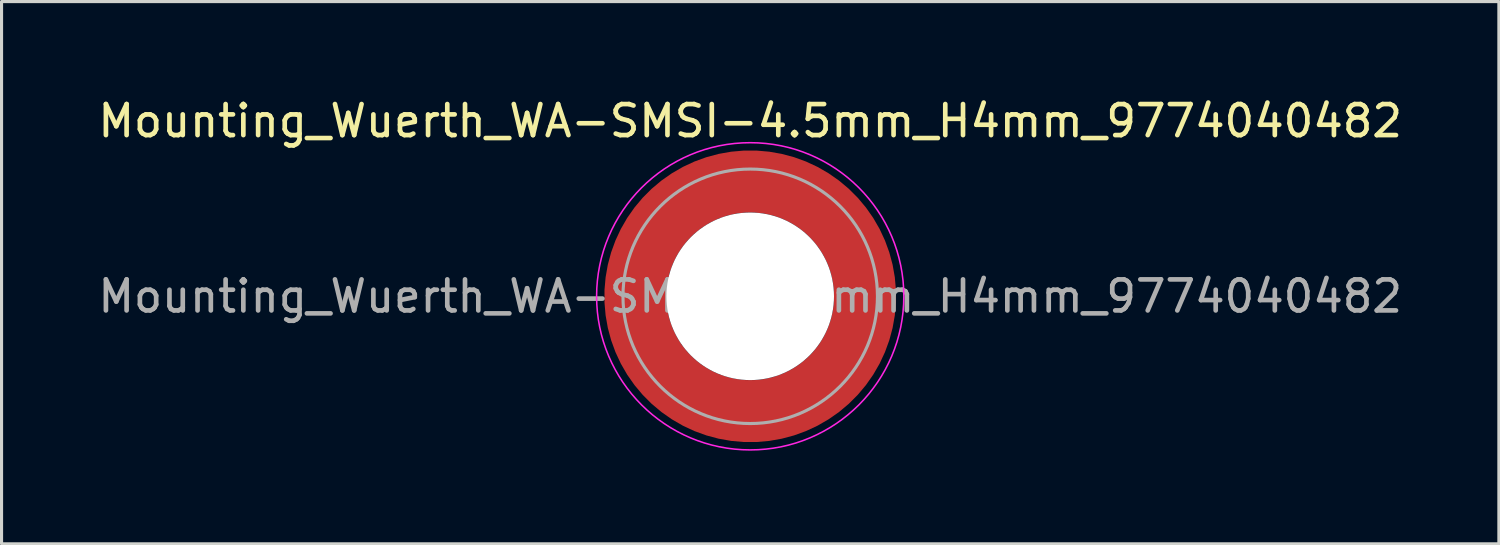
<source format=kicad_pcb>
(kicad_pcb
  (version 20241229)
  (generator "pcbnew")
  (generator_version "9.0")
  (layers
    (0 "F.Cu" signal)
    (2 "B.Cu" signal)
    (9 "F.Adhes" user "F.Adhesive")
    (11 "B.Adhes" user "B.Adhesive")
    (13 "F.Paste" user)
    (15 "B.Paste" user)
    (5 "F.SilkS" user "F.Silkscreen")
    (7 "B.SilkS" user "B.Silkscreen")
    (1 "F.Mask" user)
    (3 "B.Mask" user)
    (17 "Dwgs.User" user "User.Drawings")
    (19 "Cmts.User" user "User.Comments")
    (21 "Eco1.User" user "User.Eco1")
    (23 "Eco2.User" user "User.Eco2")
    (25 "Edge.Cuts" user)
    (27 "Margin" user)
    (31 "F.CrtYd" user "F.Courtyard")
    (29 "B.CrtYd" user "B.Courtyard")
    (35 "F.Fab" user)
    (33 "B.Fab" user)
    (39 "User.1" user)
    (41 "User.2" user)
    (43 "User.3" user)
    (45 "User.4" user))
  (footprint "Mounting_Wuerth_WA-SMSI-4.5mm_H4mm_9774040482"
    (layer "F.Cu")
    (at 21.125 6.498)
    (property "Reference" "Mounting_Wuerth_WA-SMSI-4.5mm_H4mm_9774040482" (at 0 -5.65 0) (layer "F.SilkS") (effects (font (size 1 1) (thickness 0.15))))
    (attr smd)
    (fp_circle (center 0 0) (end 4.95 0) (stroke (width 0.05) (type solid)) (fill no) (layer "F.CrtYd"))
    (fp_circle (center 0 0) (end 4.1 0) (stroke (width 0.1) (type solid)) (fill no) (layer "F.Fab"))
    (fp_text user "${REFERENCE}" (at 0 0 0) (layer "F.Fab") (effects (font (size 1 1) (thickness 0.15))))
    (pad "" smd custom (at -2.607 -2.607) (size 1.495 1.495) (layers "F.Paste") (options (anchor circle)) (primitives (gr_arc (start -0.188183 2.107456) (mid 0.598928 0.599619) (end 2.106494 -0.188011) (width 0.2)) (gr_arc (start -0.289416 2.107456) (mid 0.528508 0.529033) (end 2.106724 -0.28929) (width 0.2)) (gr_arc (start -0.390547 2.107456) (mid 0.457087 0.459449) (end 2.104161 -0.389996) (width 0.2)) (gr_arc (start -0.491585 2.107456) (mid 0.386415 0.389116) (end 2.103685 -0.490974) (width 0.2)) (gr_arc (start -0.59254 2.107456) (mid 0.31649 0.318035) (end 2.105297 -0.592203) (width 0.2)) (gr_arc (start -0.693419 2.107456) (mid 0.245252 0.248268) (end 2.103239 -0.692777) (width 0.2)) (gr_arc (start -0.794229 2.107456) (mid 0.174636 0.177878) (end 2.102921 -0.793558) (width 0.2)) (gr_arc (start -0.894975 2.107456) (mid 0.104643 0.106867) (end 2.104343 -0.894528) (width 0.2)) (gr_arc (start -0.995664 2.107456) (mid 0.033026 0.037479) (end 2.101219 -0.994793) (width 0.2)) (gr_arc (start -1.0963 2.107456) (mid -0.035789 -0.034713) (end 2.105949 -1.096095) (width 0.2)) (gr_arc (start -1.196886 2.107456) (mid -0.106351 -0.105158) (end 2.105783 -1.196667) (width 0.2)) (gr_arc (start -1.297427 2.107456) (mid -0.176416 -0.176097) (end 2.107009 -1.29737) (width 0.2)) (gr_arc (start -1.397927 2.107456) (mid -0.248476 -0.245042) (end 2.102638 -1.397323) (width 0.2)) (gr_arc (start -1.498388 2.107456) (mid -0.317612 -0.316913) (end 2.106475 -1.498268) (width 0.2)) (gr_arc (start -1.598813 2.107456) (mid -0.388865 -0.386665) (end 2.104366 -1.598444) (width 0.2)) (gr_arc (start -1.699204 2.107456) (mid -0.459747 -0.456787) (end 2.103299 -1.698719) (width 0.2)) (gr_arc (start -1.799565 2.107456) (mid -0.530257 -0.527283) (end 2.103277 -1.799089) (width 0.2)) (gr_arc (start -1.899896 2.107456) (mid -0.600396 -0.59815) (end 2.104299 -1.899545) (width 0.2)) (gr_arc (start -1.899896 2.107456) (mid -0.600396 -0.59815) (end 2.104299 -1.899545) (width 0.2)) (gr_line (start 2.107 -0.188) (end 2.107 -1.9) (width 0.2)) (gr_line (start -0.188 2.107) (end -1.9 2.107) (width 0.2))))
    (pad "" smd custom (at -2.607 2.607) (size 1.495 1.495) (layers "F.Paste") (options (anchor circle)) (primitives (gr_arc (start 2.107456 0.188183) (mid 0.599619 -0.598928) (end -0.188011 -2.106494) (width 0.2)) (gr_arc (start 2.107456 0.289416) (mid 0.529033 -0.528508) (end -0.28929 -2.106724) (width 0.2)) (gr_arc (start 2.107456 0.390547) (mid 0.45945 -0.457087) (end -0.389996 -2.104161) (width 0.2)) (gr_arc (start 2.107456 0.491585) (mid 0.389116 -0.386415) (end -0.490974 -2.103685) (width 0.2)) (gr_arc (start 2.107456 0.59254) (mid 0.318035 -0.31649) (end -0.592203 -2.105297) (width 0.2)) (gr_arc (start 2.107456 0.693419) (mid 0.248268 -0.245252) (end -0.692777 -2.103239) (width 0.2)) (gr_arc (start 2.107456 0.794229) (mid 0.177878 -0.174636) (end -0.793558 -2.102921) (width 0.2)) (gr_arc (start 2.107456 0.894975) (mid 0.106867 -0.104643) (end -0.894528 -2.104343) (width 0.2)) (gr_arc (start 2.107456 0.995664) (mid 0.037479 -0.033026) (end -0.994793 -2.101219) (width 0.2)) (gr_arc (start 2.107456 1.0963) (mid -0.034713 0.035789) (end -1.096095 -2.105949) (width 0.2)) (gr_arc (start 2.107456 1.196886) (mid -0.105158 0.106351) (end -1.196667 -2.105783) (width 0.2)) (gr_arc (start 2.107456 1.297427) (mid -0.176097 0.176416) (end -1.29737 -2.107009) (width 0.2)) (gr_arc (start 2.107456 1.397927) (mid -0.245042 0.248476) (end -1.397323 -2.102638) (width 0.2)) (gr_arc (start 2.107456 1.498388) (mid -0.316913 0.317612) (end -1.498268 -2.106475) (width 0.2)) (gr_arc (start 2.107456 1.598813) (mid -0.386665 0.388865) (end -1.598444 -2.104366) (width 0.2)) (gr_arc (start 2.107456 1.699204) (mid -0.456787 0.459747) (end -1.698719 -2.103299) (width 0.2)) (gr_arc (start 2.107456 1.799565) (mid -0.527283 0.530257) (end -1.799089 -2.103277) (width 0.2)) (gr_arc (start 2.107456 1.899896) (mid -0.59815 0.600396) (end -1.899545 -2.104299) (width 0.2)) (gr_arc (start 2.107456 1.899896) (mid -0.59815 0.600396) (end -1.899545 -2.104299) (width 0.2)) (gr_line (start -0.188 -2.107) (end -1.9 -2.107) (width 0.2)) (gr_line (start 2.107 0.188) (end 2.107 1.9) (width 0.2))))
    (pad "" np_thru_hole circle (at 0 0) (size 5.4 5.4) (drill 5.4) (layers "*.Cu" "*.Mask"))
    (pad "" smd custom (at 2.607 -2.607) (size 1.495 1.495) (layers "F.Paste") (options (anchor circle)) (primitives (gr_arc (start -2.107456 -0.188183) (mid -0.599619 0.598928) (end 0.188011 2.106494) (width 0.2)) (gr_arc (start -2.107456 -0.289416) (mid -0.529033 0.528508) (end 0.28929 2.106724) (width 0.2)) (gr_arc (start -2.107456 -0.390547) (mid -0.459449 0.457087) (end 0.389996 2.104161) (width 0.2)) (gr_arc (start -2.107456 -0.491585) (mid -0.389116 0.386415) (end 0.490974 2.103685) (width 0.2)) (gr_arc (start -2.107456 -0.59254) (mid -0.318035 0.31649) (end 0.592203 2.105297) (width 0.2)) (gr_arc (start -2.107456 -0.693419) (mid -0.248268 0.245252) (end 0.692777 2.103239) (width 0.2)) (gr_arc (start -2.107456 -0.794229) (mid -0.177878 0.174636) (end 0.793558 2.102921) (width 0.2)) (gr_arc (start -2.107456 -0.894975) (mid -0.106867 0.104643) (end 0.894528 2.104343) (width 0.2)) (gr_arc (start -2.107456 -0.995664) (mid -0.037479 0.033026) (end 0.994793 2.101219) (width 0.2)) (gr_arc (start -2.107456 -1.0963) (mid 0.034713 -0.035789) (end 1.096095 2.105949) (width 0.2)) (gr_arc (start -2.107456 -1.196886) (mid 0.105158 -0.106351) (end 1.196667 2.105783) (width 0.2)) (gr_arc (start -2.107456 -1.297427) (mid 0.176097 -0.176416) (end 1.29737 2.107009) (width 0.2)) (gr_arc (start -2.107456 -1.397927) (mid 0.245042 -0.248476) (end 1.397323 2.102638) (width 0.2)) (gr_arc (start -2.107456 -1.498388) (mid 0.316913 -0.317612) (end 1.498268 2.106475) (width 0.2)) (gr_arc (start -2.107456 -1.598813) (mid 0.386665 -0.388865) (end 1.598444 2.104366) (width 0.2)) (gr_arc (start -2.107456 -1.699204) (mid 0.456787 -0.459747) (end 1.698719 2.103299) (width 0.2)) (gr_arc (start -2.107456 -1.799565) (mid 0.527283 -0.530257) (end 1.799089 2.103277) (width 0.2)) (gr_arc (start -2.107456 -1.899896) (mid 0.59815 -0.600396) (end 1.899545 2.104299) (width 0.2)) (gr_arc (start -2.107456 -1.899896) (mid 0.59815 -0.600396) (end 1.899545 2.104299) (width 0.2)) (gr_line (start 0.188 2.107) (end 1.9 2.107) (width 0.2)) (gr_line (start -2.107 -0.188) (end -2.107 -1.9) (width 0.2))))
    (pad "" smd custom (at 2.607 2.607) (size 1.495 1.495) (layers "F.Paste") (options (anchor circle)) (primitives (gr_arc (start 0.188183 -2.107456) (mid -0.598928 -0.599619) (end -2.106494 0.188011) (width 0.2)) (gr_arc (start 0.289416 -2.107456) (mid -0.528508 -0.529033) (end -2.106724 0.28929) (width 0.2)) (gr_arc (start 0.390547 -2.107456) (mid -0.457087 -0.459449) (end -2.104161 0.389996) (width 0.2)) (gr_arc (start 0.491585 -2.107456) (mid -0.386415 -0.389116) (end -2.103685 0.490974) (width 0.2)) (gr_arc (start 0.59254 -2.107456) (mid -0.31649 -0.318035) (end -2.105297 0.592203) (width 0.2)) (gr_arc (start 0.693419 -2.107456) (mid -0.245252 -0.248268) (end -2.103239 0.692777) (width 0.2)) (gr_arc (start 0.794229 -2.107456) (mid -0.174636 -0.177878) (end -2.102921 0.793558) (width 0.2)) (gr_arc (start 0.894975 -2.107456) (mid -0.104643 -0.106867) (end -2.104343 0.894528) (width 0.2)) (gr_arc (start 0.995664 -2.107456) (mid -0.033026 -0.037479) (end -2.101219 0.994793) (width 0.2)) (gr_arc (start 1.0963 -2.107456) (mid 0.035789 0.034713) (end -2.105949 1.096095) (width 0.2)) (gr_arc (start 1.196886 -2.107456) (mid 0.106351 0.105158) (end -2.105783 1.196667) (width 0.2)) (gr_arc (start 1.297427 -2.107456) (mid 0.176416 0.176097) (end -2.107009 1.29737) (width 0.2)) (gr_arc (start 1.397927 -2.107456) (mid 0.248476 0.245042) (end -2.102638 1.397323) (width 0.2)) (gr_arc (start 1.498388 -2.107456) (mid 0.317612 0.316913) (end -2.106475 1.498268) (width 0.2)) (gr_arc (start 1.598813 -2.107456) (mid 0.388865 0.386665) (end -2.104366 1.598444) (width 0.2)) (gr_arc (start 1.699204 -2.107456) (mid 0.459747 0.456787) (end -2.103299 1.698719) (width 0.2)) (gr_arc (start 1.799565 -2.107456) (mid 0.530257 0.527283) (end -2.103277 1.799089) (width 0.2)) (gr_arc (start 1.899896 -2.107456) (mid 0.600396 0.59815) (end -2.104299 1.899545) (width 0.2)) (gr_arc (start 1.899896 -2.107456) (mid 0.600396 0.59815) (end -2.104299 1.899545) (width 0.2)) (gr_line (start -2.107 0.188) (end -2.107 1.9) (width 0.2)) (gr_line (start 0.188 -2.107) (end 1.9 -2.107) (width 0.2))))
    (pad "1" smd circle (at -3.7 0) (size 1.6 1.6) (layers "F.Cu"))
    (pad "1" smd circle (at 0 -3.7) (size 1.6 1.6) (layers "F.Cu"))
    (pad "1" smd circle (at 0 3.7) (size 1.6 1.6) (layers "F.Cu"))
    (pad "1" smd custom (at 3.7 0) (size 1.6 1.6) (layers "F.Cu" "F.Mask") (options (anchor circle)) (primitives (gr_circle (center -3.7 0) (end 0 0) (width 2) (fill no)))))
  (gr_rect
    (start -3 -3)
    (end 45.25 14.473)
    (stroke (width 0.1) (type default))
    (fill no)
    (layer "Edge.Cuts")))
</source>
